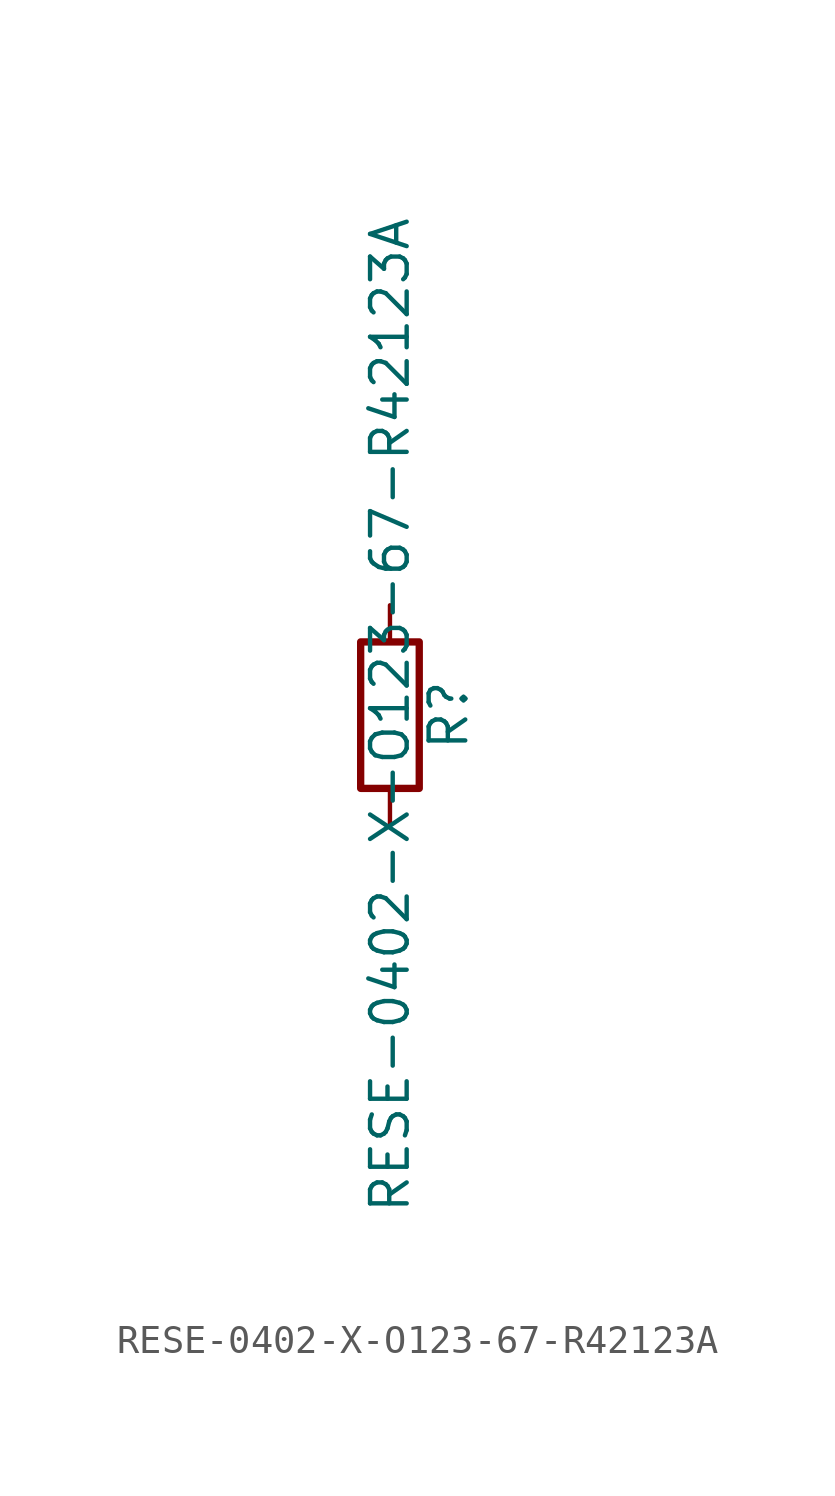
<source format=kicad_sym>
(kicad_symbol_lib
  (version 20211014)
  (generator kicad_symbol_editor)
  (symbol "RESE-0402-X-O123-67-R42123A"
    (pin_numbers hide)
    (pin_names
      (offset 0))
    (property "Reference" "R"
      (at 2.032 0 90)
      (effects (font (size 1.27 1.27))))
    (property "Value" "RESE-0402-X-O123-67-R42123A"
      (at 0 0 90)
      (effects (font (size 1.27 1.27))))
    (symbol "RESE-0402-X-O123-67-R42123A_0_1"
      (rectangle (start -1.016 -2.54) (end 1.016 2.54) (stroke (width 0.254) (type default) (color 0 0 0 0)) (fill (type none))))
    (symbol "RESE-0402-X-O123-67-R42123A_1_1"
      (pin passive line (at 0 3.81 270) (length 1.27) (name "~" (effects (font (size 1.27 1.27)))) (number "1" (effects (font (size 1.27 1.27)))))
      (pin passive line (at 0 -3.81 90) (length 1.27) (name "~" (effects (font (size 1.27 1.27)))) (number "2" (effects (font (size 1.27 1.27))))))))
</source>
